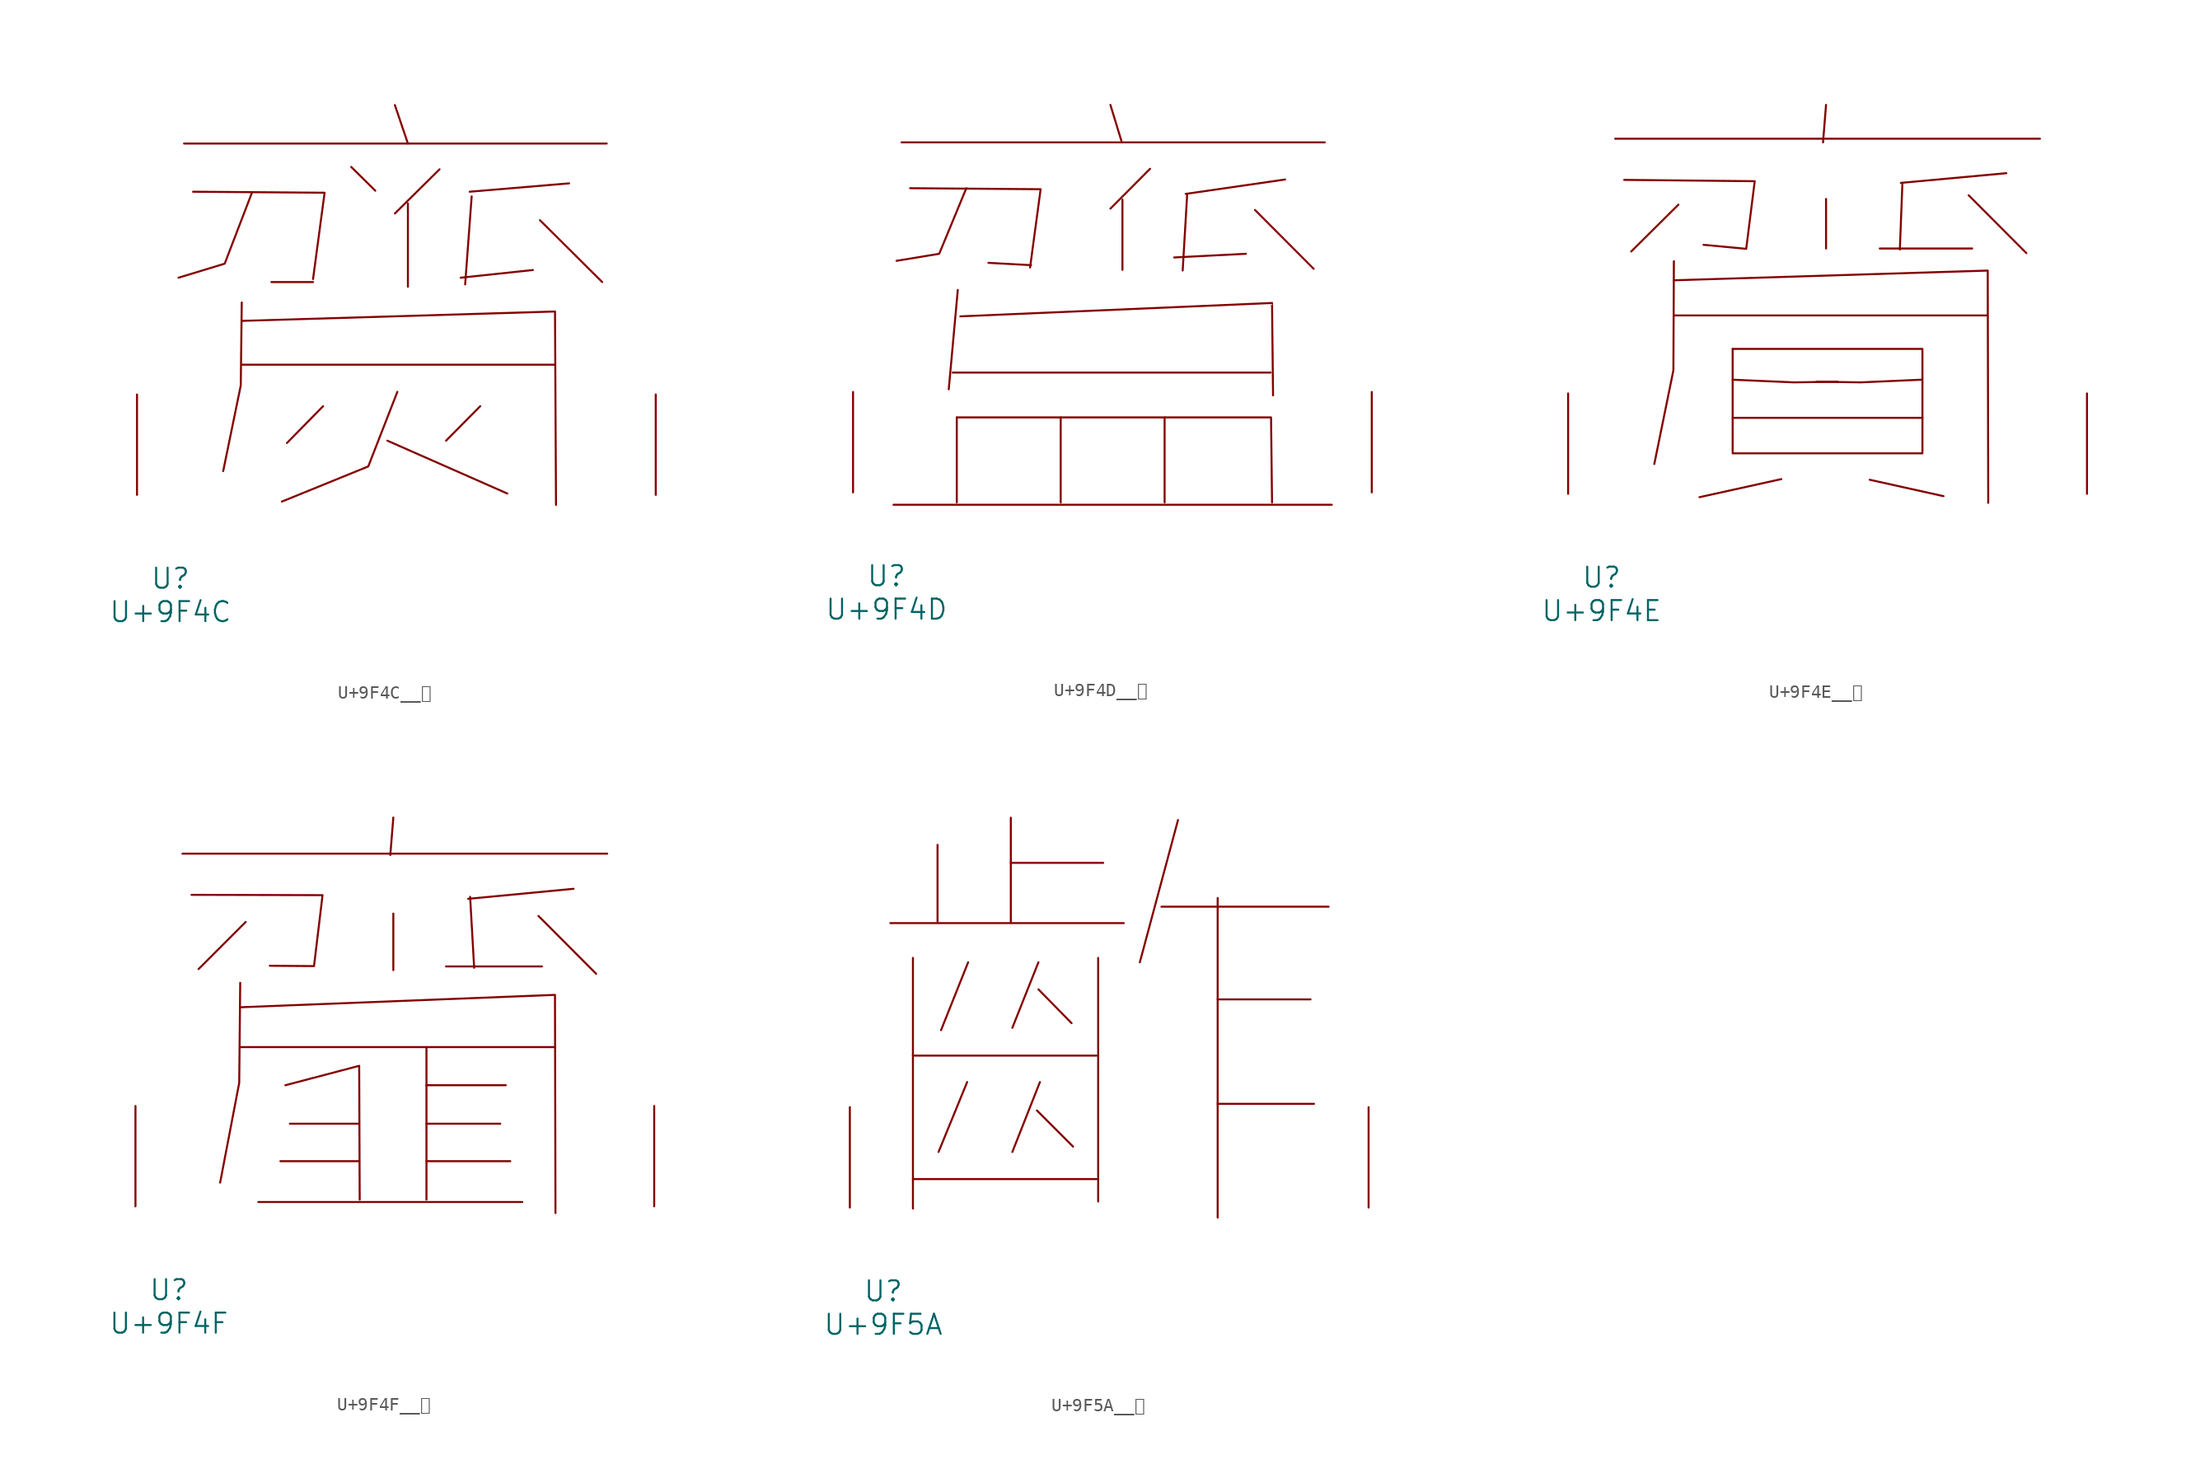
<source format=kicad_sym>
(kicad_symbol_lib
  (version 20231120)
  (generator "kicad_symbol_editor")
  (generator_version "8.0")
  (symbol "U+9F4C__齌"
    (pin_names
      (offset 1.016))
    (property "Reference" "U"
      (at 0 -6.35 0)
      (effects (font (size 1.524 1.524))))
    (property "Value" "U+9F4C"
      (at 0 -8.89 0)
      (effects (font (size 1.524 1.524))))
    (symbol "U+9F4C__齌_0_1"
      (polyline (pts (xy 1.029 26.67) (xy 33.109 26.67)) (stroke (width 0) (type solid)) (fill (type none)))
      (polyline (pts (xy 5.41 9.881) (xy 29.146 9.881)) (stroke (width 0) (type solid)) (fill (type none)))
      (polyline (pts (xy 7.658 16.154) (xy 10.82 16.154)) (stroke (width 0) (type solid)) (fill (type none)))
      (polyline (pts (xy 11.582 6.731) (xy 8.839 3.937)) (stroke (width 0) (type solid)) (fill (type none)))
      (polyline (pts (xy 13.716 24.892) (xy 15.545 23.089)) (stroke (width 0) (type solid)) (fill (type none)))
      (polyline (pts (xy 16.459 4.115) (xy 25.565 0.102)) (stroke (width 0) (type solid)) (fill (type none)))
      (polyline (pts (xy 17.031 29.591) (xy 18.021 26.67)) (stroke (width 0) (type solid)) (fill (type none)))
      (polyline (pts (xy 18.021 22.123) (xy 18.021 15.799)) (stroke (width 0) (type solid)) (fill (type none)))
      (polyline (pts (xy 20.422 24.714) (xy 17.031 21.361)) (stroke (width 0) (type solid)) (fill (type none)))
      (polyline (pts (xy 22.86 22.657) (xy 22.365 15.977)) (stroke (width 0) (type solid)) (fill (type none)))
      (polyline (pts (xy 23.508 6.731) (xy 20.917 4.115)) (stroke (width 0) (type solid)) (fill (type none)))
      (polyline (pts (xy 27.508 17.069) (xy 22.022 16.485)) (stroke (width 0) (type solid)) (fill (type none)))
      (polyline (pts (xy 28.042 20.853) (xy 32.766 16.154)) (stroke (width 0) (type solid)) (fill (type none)))
      (polyline (pts (xy 30.251 23.647) (xy 22.708 23.012)) (stroke (width 0) (type solid)) (fill (type none)))
      (polyline (pts (xy 1.714 23.012) (xy 11.697 22.936) (xy 10.82 16.383)) (stroke (width 0) (type solid)) (fill (type none)))
      (polyline (pts (xy 5.41 13.208) (xy 29.185 13.919) (xy 29.261 -0.762)) (stroke (width 0) (type solid)) (fill (type none)))
      (polyline (pts (xy 5.41 14.605) (xy 5.334 8.306) (xy 4 1.803)) (stroke (width 0) (type solid)) (fill (type none)))
      (polyline (pts (xy 6.172 22.911) (xy 4.115 17.551) (xy 0.61 16.485)) (stroke (width 0) (type solid)) (fill (type none)))
      (polyline (pts (xy 17.221 7.823) (xy 15.011 2.159) (xy 8.458 -0.508)) (stroke (width 0) (type solid)) (fill (type none)))
      (pin input line (at -2.54 0 90) (length 7.62) (name "~" (effects (font (size 1.27 1.27)))) (number "~" (effects (font (size 1.27 1.27)))))
      (pin input line (at 36.83 0 90) (length 7.62) (name "~" (effects (font (size 1.27 1.27)))) (number "~" (effects (font (size 1.27 1.27)))))))
  (symbol "U+9F4D__齍"
    (pin_names
      (offset 1.016))
    (property "Reference" "U"
      (at 0 -6.35 0)
      (effects (font (size 1.524 1.524))))
    (property "Value" "U+9F4D"
      (at 0 -8.89 0)
      (effects (font (size 1.524 1.524))))
    (symbol "U+9F4D__齍_0_1"
      (polyline (pts (xy 0.533 -0.94) (xy 33.795 -0.94)) (stroke (width 0) (type solid)) (fill (type none)))
      (polyline (pts (xy 1.143 26.568) (xy 33.261 26.568)) (stroke (width 0) (type solid)) (fill (type none)))
      (polyline (pts (xy 5.029 9.093) (xy 29.146 9.093)) (stroke (width 0) (type solid)) (fill (type none)))
      (polyline (pts (xy 5.334 5.69) (xy 5.334 -0.762)) (stroke (width 0) (type solid)) (fill (type none)))
      (polyline (pts (xy 5.41 15.367) (xy 4.724 7.823)) (stroke (width 0) (type solid)) (fill (type none)))
      (polyline (pts (xy 10.973 17.247) (xy 7.734 17.424)) (stroke (width 0) (type solid)) (fill (type none)))
      (polyline (pts (xy 13.221 5.69) (xy 13.221 -0.762)) (stroke (width 0) (type solid)) (fill (type none)))
      (polyline (pts (xy 16.993 29.413) (xy 17.831 26.67)) (stroke (width 0) (type solid)) (fill (type none)))
      (polyline (pts (xy 17.907 22.225) (xy 17.907 16.891)) (stroke (width 0) (type solid)) (fill (type none)))
      (polyline (pts (xy 20.003 24.562) (xy 16.993 21.539)) (stroke (width 0) (type solid)) (fill (type none)))
      (polyline (pts (xy 21.107 5.69) (xy 21.107 -0.762)) (stroke (width 0) (type solid)) (fill (type none)))
      (polyline (pts (xy 22.822 22.657) (xy 22.479 16.84)) (stroke (width 0) (type solid)) (fill (type none)))
      (polyline (pts (xy 27.28 18.11) (xy 21.831 17.831)) (stroke (width 0) (type solid)) (fill (type none)))
      (polyline (pts (xy 27.965 21.438) (xy 32.423 16.967)) (stroke (width 0) (type solid)) (fill (type none)))
      (polyline (pts (xy 30.251 23.749) (xy 22.708 22.657)) (stroke (width 0) (type solid)) (fill (type none)))
      (polyline (pts (xy 1.791 23.089) (xy 11.697 23.012) (xy 10.897 17.069)) (stroke (width 0) (type solid)) (fill (type none)))
      (polyline (pts (xy 5.334 5.69) (xy 29.185 5.69) (xy 29.261 -0.762)) (stroke (width 0) (type solid)) (fill (type none)))
      (polyline (pts (xy 5.601 13.36) (xy 29.261 14.376) (xy 29.337 7.366)) (stroke (width 0) (type solid)) (fill (type none)))
      (polyline (pts (xy 6.058 23.089) (xy 4 18.11) (xy 0.762 17.577)) (stroke (width 0) (type solid)) (fill (type none)))
      (pin input line (at -2.54 0 90) (length 7.62) (name "~" (effects (font (size 1.27 1.27)))) (number "~" (effects (font (size 1.27 1.27)))))
      (pin input line (at 36.83 0 90) (length 7.62) (name "~" (effects (font (size 1.27 1.27)))) (number "~" (effects (font (size 1.27 1.27)))))))
  (symbol "U+9F4E__齎"
    (pin_names
      (offset 1.016))
    (property "Reference" "U"
      (at 0 -6.35 0)
      (effects (font (size 1.524 1.524))))
    (property "Value" "U+9F4E"
      (at 0 -8.89 0)
      (effects (font (size 1.524 1.524))))
    (symbol "U+9F4E__齎_0_1"
      (polyline (pts (xy 1.029 26.949) (xy 33.261 26.949)) (stroke (width 0) (type solid)) (fill (type none)))
      (polyline (pts (xy 5.486 13.538) (xy 29.261 13.538)) (stroke (width 0) (type solid)) (fill (type none)))
      (polyline (pts (xy 5.829 21.946) (xy 2.248 18.39)) (stroke (width 0) (type solid)) (fill (type none)))
      (polyline (pts (xy 9.944 3.073) (xy 24.346 3.073)) (stroke (width 0) (type solid)) (fill (type none)))
      (polyline (pts (xy 9.944 5.766) (xy 24.346 5.766)) (stroke (width 0) (type solid)) (fill (type none)))
      (polyline (pts (xy 9.944 10.998) (xy 9.944 3.175)) (stroke (width 0) (type solid)) (fill (type none)))
      (polyline (pts (xy 13.64 1.118) (xy 7.429 -0.254)) (stroke (width 0) (type solid)) (fill (type none)))
      (polyline (pts (xy 17.031 22.377) (xy 17.031 18.618)) (stroke (width 0) (type solid)) (fill (type none)))
      (polyline (pts (xy 17.031 29.515) (xy 16.802 26.67)) (stroke (width 0) (type solid)) (fill (type none)))
      (polyline (pts (xy 20.345 1.067) (xy 25.946 -0.178)) (stroke (width 0) (type solid)) (fill (type none)))
      (polyline (pts (xy 21.107 18.618) (xy 28.118 18.618)) (stroke (width 0) (type solid)) (fill (type none)))
      (polyline (pts (xy 22.822 23.495) (xy 22.631 18.542)) (stroke (width 0) (type solid)) (fill (type none)))
      (polyline (pts (xy 27.851 22.657) (xy 32.233 18.263)) (stroke (width 0) (type solid)) (fill (type none)))
      (polyline (pts (xy 30.709 24.333) (xy 22.708 23.597)) (stroke (width 0) (type solid)) (fill (type none)))
      (polyline (pts (xy 5.486 16.205) (xy 29.299 16.942) (xy 29.337 -0.686)) (stroke (width 0) (type solid)) (fill (type none)))
      (polyline (pts (xy 5.486 17.653) (xy 5.448 9.373) (xy 4 2.261)) (stroke (width 0) (type solid)) (fill (type none)))
      (polyline (pts (xy 9.944 8.661) (xy 14.592 8.458) (xy 17.907 8.509)) (stroke (width 0) (type solid)) (fill (type none)))
      (polyline (pts (xy 9.944 10.998) (xy 24.346 10.998) (xy 24.346 3.175)) (stroke (width 0) (type solid)) (fill (type none)))
      (polyline (pts (xy 24.27 8.661) (xy 19.66 8.458) (xy 16.307 8.509)) (stroke (width 0) (type solid)) (fill (type none)))
      (polyline (pts (xy 1.714 23.825) (xy 11.62 23.724) (xy 10.973 18.593) (xy 7.734 18.898)) (stroke (width 0) (type solid)) (fill (type none)))
      (pin input line (at -2.54 0 90) (length 7.62) (name "~" (effects (font (size 1.27 1.27)))) (number "~" (effects (font (size 1.27 1.27)))))
      (pin input line (at 36.83 0 90) (length 7.62) (name "~" (effects (font (size 1.27 1.27)))) (number "~" (effects (font (size 1.27 1.27)))))))
  (symbol "U+9F4F__齏"
    (pin_names
      (offset 1.016))
    (property "Reference" "U"
      (at 0 -6.35 0)
      (effects (font (size 1.524 1.524))))
    (property "Value" "U+9F4F"
      (at 0 -8.89 0)
      (effects (font (size 1.524 1.524))))
    (symbol "U+9F4F__齏_0_1"
      (polyline (pts (xy 1.029 26.772) (xy 33.261 26.772)) (stroke (width 0) (type solid)) (fill (type none)))
      (polyline (pts (xy 5.41 12.09) (xy 29.261 12.09)) (stroke (width 0) (type solid)) (fill (type none)))
      (polyline (pts (xy 5.829 21.59) (xy 2.248 18.009)) (stroke (width 0) (type solid)) (fill (type none)))
      (polyline (pts (xy 6.782 0.33) (xy 26.822 0.33)) (stroke (width 0) (type solid)) (fill (type none)))
      (polyline (pts (xy 8.458 3.429) (xy 14.402 3.429)) (stroke (width 0) (type solid)) (fill (type none)))
      (polyline (pts (xy 9.182 6.274) (xy 14.402 6.274)) (stroke (width 0) (type solid)) (fill (type none)))
      (polyline (pts (xy 17.031 22.225) (xy 17.031 17.932)) (stroke (width 0) (type solid)) (fill (type none)))
      (polyline (pts (xy 17.031 29.515) (xy 16.802 26.67)) (stroke (width 0) (type solid)) (fill (type none)))
      (polyline (pts (xy 19.545 3.429) (xy 25.908 3.429)) (stroke (width 0) (type solid)) (fill (type none)))
      (polyline (pts (xy 19.545 6.274) (xy 25.146 6.274)) (stroke (width 0) (type solid)) (fill (type none)))
      (polyline (pts (xy 19.545 9.195) (xy 25.565 9.195)) (stroke (width 0) (type solid)) (fill (type none)))
      (polyline (pts (xy 19.545 12.09) (xy 19.545 0.508)) (stroke (width 0) (type solid)) (fill (type none)))
      (polyline (pts (xy 21.031 18.212) (xy 28.308 18.212)) (stroke (width 0) (type solid)) (fill (type none)))
      (polyline (pts (xy 22.86 23.495) (xy 23.165 18.11)) (stroke (width 0) (type solid)) (fill (type none)))
      (polyline (pts (xy 28.042 22.047) (xy 32.423 17.653)) (stroke (width 0) (type solid)) (fill (type none)))
      (polyline (pts (xy 30.709 24.105) (xy 22.708 23.343)) (stroke (width 0) (type solid)) (fill (type none)))
      (polyline (pts (xy 5.41 15.113) (xy 29.299 16.053) (xy 29.337 -0.508)) (stroke (width 0) (type solid)) (fill (type none)))
      (polyline (pts (xy 5.41 16.967) (xy 5.334 9.373) (xy 3.886 1.803)) (stroke (width 0) (type solid)) (fill (type none)))
      (polyline (pts (xy 8.839 9.195) (xy 14.44 10.668) (xy 14.478 0.508)) (stroke (width 0) (type solid)) (fill (type none)))
      (polyline (pts (xy 1.714 23.647) (xy 11.659 23.622) (xy 11.011 18.237) (xy 7.658 18.263)) (stroke (width 0) (type solid)) (fill (type none)))
      (pin input line (at -2.54 0 90) (length 7.62) (name "~" (effects (font (size 1.27 1.27)))) (number "~" (effects (font (size 1.27 1.27)))))
      (pin input line (at 36.83 0 90) (length 7.62) (name "~" (effects (font (size 1.27 1.27)))) (number "~" (effects (font (size 1.27 1.27)))))))
  (symbol "U+9F5A__齚"
    (pin_names
      (offset 1.016))
    (property "Reference" "U"
      (at 0 -6.35 0)
      (effects (font (size 1.524 1.524))))
    (property "Value" "U+9F5A"
      (at 0 -8.89 0)
      (effects (font (size 1.524 1.524))))
    (symbol "U+9F5A__齚_0_1"
      (polyline (pts (xy 0.533 21.59) (xy 18.25 21.59)) (stroke (width 0) (type solid)) (fill (type none)))
      (polyline (pts (xy 2.248 2.159) (xy 16.192 2.159)) (stroke (width 0) (type solid)) (fill (type none)))
      (polyline (pts (xy 2.248 11.532) (xy 16.192 11.532)) (stroke (width 0) (type solid)) (fill (type none)))
      (polyline (pts (xy 2.248 18.948) (xy 2.248 -0.076)) (stroke (width 0) (type solid)) (fill (type none)))
      (polyline (pts (xy 4.115 27.534) (xy 4.115 21.692)) (stroke (width 0) (type solid)) (fill (type none)))
      (polyline (pts (xy 6.363 9.525) (xy 4.191 4.216)) (stroke (width 0) (type solid)) (fill (type none)))
      (polyline (pts (xy 6.439 18.618) (xy 4.381 13.462)) (stroke (width 0) (type solid)) (fill (type none)))
      (polyline (pts (xy 9.677 26.162) (xy 16.688 26.162)) (stroke (width 0) (type solid)) (fill (type none)))
      (polyline (pts (xy 9.677 29.591) (xy 9.677 21.692)) (stroke (width 0) (type solid)) (fill (type none)))
      (polyline (pts (xy 11.659 7.366) (xy 14.402 4.623)) (stroke (width 0) (type solid)) (fill (type none)))
      (polyline (pts (xy 11.773 16.561) (xy 14.287 13.995)) (stroke (width 0) (type solid)) (fill (type none)))
      (polyline (pts (xy 11.773 18.618) (xy 9.792 13.64)) (stroke (width 0) (type solid)) (fill (type none)))
      (polyline (pts (xy 11.887 9.525) (xy 9.792 4.216)) (stroke (width 0) (type solid)) (fill (type none)))
      (polyline (pts (xy 16.307 18.948) (xy 16.307 0.457)) (stroke (width 0) (type solid)) (fill (type none)))
      (polyline (pts (xy 21.107 22.835) (xy 33.795 22.835)) (stroke (width 0) (type solid)) (fill (type none)))
      (polyline (pts (xy 22.365 29.413) (xy 19.469 18.618)) (stroke (width 0) (type solid)) (fill (type none)))
      (polyline (pts (xy 25.375 7.874) (xy 32.69 7.874)) (stroke (width 0) (type solid)) (fill (type none)))
      (polyline (pts (xy 25.375 15.799) (xy 32.423 15.799)) (stroke (width 0) (type solid)) (fill (type none)))
      (polyline (pts (xy 25.375 23.495) (xy 25.375 -0.762)) (stroke (width 0) (type solid)) (fill (type none)))
      (pin input line (at -2.54 0 90) (length 7.62) (name "~" (effects (font (size 1.27 1.27)))) (number "~" (effects (font (size 1.27 1.27)))))
      (pin input line (at 36.83 0 90) (length 7.62) (name "~" (effects (font (size 1.27 1.27)))) (number "~" (effects (font (size 1.27 1.27))))))))
</source>
